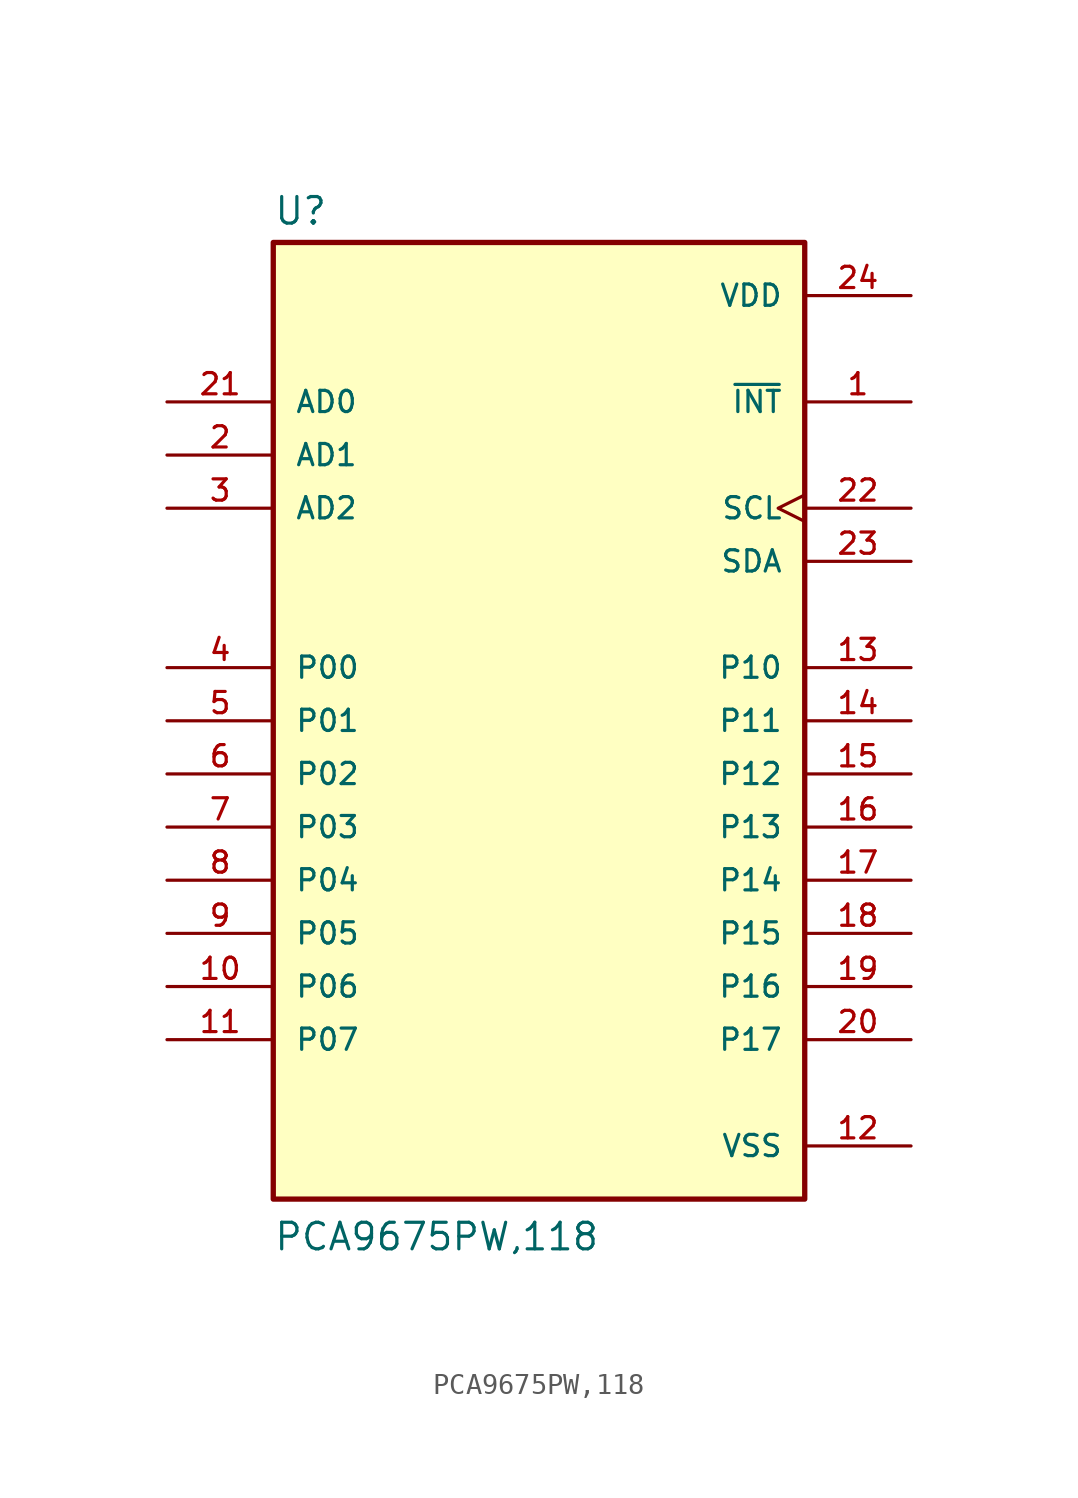
<source format=kicad_sym>
(kicad_symbol_lib
  (version 20211014)
  (generator kicad_symbol_editor)
  (symbol "PCA9675PW,118"
    (pin_names
      (offset 1.016))
    (property "Reference" "U"
      (at -12.7 23.622 0)
      (effects (font (size 1.27 1.27)) (justify left bottom)))
    (property "Value" "PCA9675PW,118"
      (at -12.7 -25.4 0)
      (effects (font (size 1.27 1.27)) (justify left bottom)))
    (property "ki_locked" ""
      (at 0 0 0)
      (effects (font (size 1.27 1.27))))
    (symbol "PCA9675PW,118_0_0"
      (rectangle (start -12.7 -22.86) (end 12.7 22.86) (stroke (width 0.254) (type default) (color 0 0 0 0)) (fill (type background)))
      (pin output line (at 17.78 15.24 180) (length 5.08) (name "~{INT}" (effects (font (size 1.016 1.016)))) (number "1" (effects (font (size 1.016 1.016)))))
      (pin bidirectional line (at -17.78 -12.7 0) (length 5.08) (name "P06" (effects (font (size 1.016 1.016)))) (number "10" (effects (font (size 1.016 1.016)))))
      (pin bidirectional line (at -17.78 -15.24 0) (length 5.08) (name "P07" (effects (font (size 1.016 1.016)))) (number "11" (effects (font (size 1.016 1.016)))))
      (pin power_in line (at 17.78 -20.32 180) (length 5.08) (name "VSS" (effects (font (size 1.016 1.016)))) (number "12" (effects (font (size 1.016 1.016)))))
      (pin bidirectional line (at 17.78 2.54 180) (length 5.08) (name "P10" (effects (font (size 1.016 1.016)))) (number "13" (effects (font (size 1.016 1.016)))))
      (pin bidirectional line (at 17.78 0 180) (length 5.08) (name "P11" (effects (font (size 1.016 1.016)))) (number "14" (effects (font (size 1.016 1.016)))))
      (pin bidirectional line (at 17.78 -2.54 180) (length 5.08) (name "P12" (effects (font (size 1.016 1.016)))) (number "15" (effects (font (size 1.016 1.016)))))
      (pin bidirectional line (at 17.78 -5.08 180) (length 5.08) (name "P13" (effects (font (size 1.016 1.016)))) (number "16" (effects (font (size 1.016 1.016)))))
      (pin bidirectional line (at 17.78 -7.62 180) (length 5.08) (name "P14" (effects (font (size 1.016 1.016)))) (number "17" (effects (font (size 1.016 1.016)))))
      (pin bidirectional line (at 17.78 -10.16 180) (length 5.08) (name "P15" (effects (font (size 1.016 1.016)))) (number "18" (effects (font (size 1.016 1.016)))))
      (pin bidirectional line (at 17.78 -12.7 180) (length 5.08) (name "P16" (effects (font (size 1.016 1.016)))) (number "19" (effects (font (size 1.016 1.016)))))
      (pin input line (at -17.78 12.7 0) (length 5.08) (name "AD1" (effects (font (size 1.016 1.016)))) (number "2" (effects (font (size 1.016 1.016)))))
      (pin bidirectional line (at 17.78 -15.24 180) (length 5.08) (name "P17" (effects (font (size 1.016 1.016)))) (number "20" (effects (font (size 1.016 1.016)))))
      (pin input line (at -17.78 15.24 0) (length 5.08) (name "AD0" (effects (font (size 1.016 1.016)))) (number "21" (effects (font (size 1.016 1.016)))))
      (pin input clock (at 17.78 10.16 180) (length 5.08) (name "SCL" (effects (font (size 1.016 1.016)))) (number "22" (effects (font (size 1.016 1.016)))))
      (pin bidirectional line (at 17.78 7.62 180) (length 5.08) (name "SDA" (effects (font (size 1.016 1.016)))) (number "23" (effects (font (size 1.016 1.016)))))
      (pin power_in line (at 17.78 20.32 180) (length 5.08) (name "VDD" (effects (font (size 1.016 1.016)))) (number "24" (effects (font (size 1.016 1.016)))))
      (pin input line (at -17.78 10.16 0) (length 5.08) (name "AD2" (effects (font (size 1.016 1.016)))) (number "3" (effects (font (size 1.016 1.016)))))
      (pin bidirectional line (at -17.78 2.54 0) (length 5.08) (name "P00" (effects (font (size 1.016 1.016)))) (number "4" (effects (font (size 1.016 1.016)))))
      (pin bidirectional line (at -17.78 0 0) (length 5.08) (name "P01" (effects (font (size 1.016 1.016)))) (number "5" (effects (font (size 1.016 1.016)))))
      (pin bidirectional line (at -17.78 -2.54 0) (length 5.08) (name "P02" (effects (font (size 1.016 1.016)))) (number "6" (effects (font (size 1.016 1.016)))))
      (pin bidirectional line (at -17.78 -5.08 0) (length 5.08) (name "P03" (effects (font (size 1.016 1.016)))) (number "7" (effects (font (size 1.016 1.016)))))
      (pin bidirectional line (at -17.78 -7.62 0) (length 5.08) (name "P04" (effects (font (size 1.016 1.016)))) (number "8" (effects (font (size 1.016 1.016)))))
      (pin bidirectional line (at -17.78 -10.16 0) (length 5.08) (name "P05" (effects (font (size 1.016 1.016)))) (number "9" (effects (font (size 1.016 1.016))))))))
</source>
